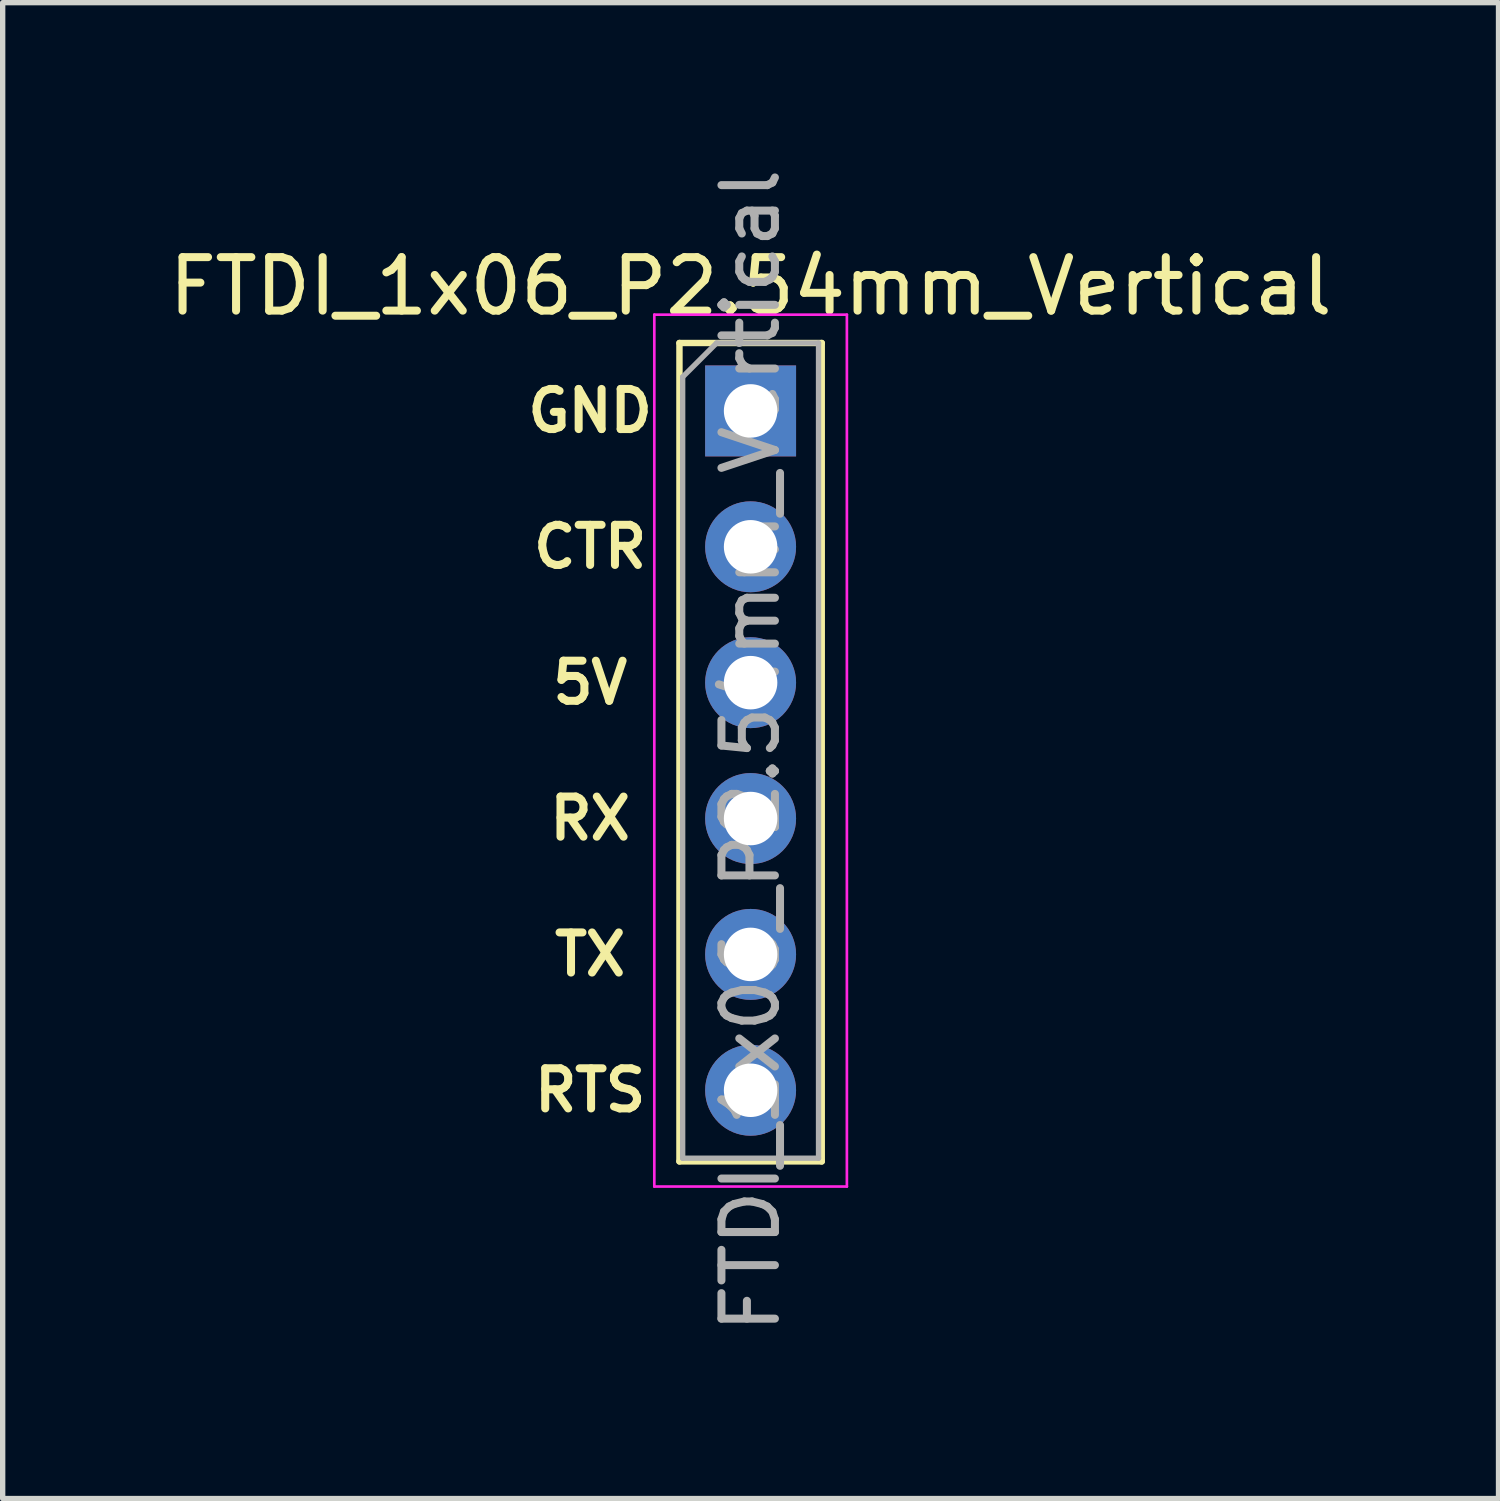
<source format=kicad_pcb>
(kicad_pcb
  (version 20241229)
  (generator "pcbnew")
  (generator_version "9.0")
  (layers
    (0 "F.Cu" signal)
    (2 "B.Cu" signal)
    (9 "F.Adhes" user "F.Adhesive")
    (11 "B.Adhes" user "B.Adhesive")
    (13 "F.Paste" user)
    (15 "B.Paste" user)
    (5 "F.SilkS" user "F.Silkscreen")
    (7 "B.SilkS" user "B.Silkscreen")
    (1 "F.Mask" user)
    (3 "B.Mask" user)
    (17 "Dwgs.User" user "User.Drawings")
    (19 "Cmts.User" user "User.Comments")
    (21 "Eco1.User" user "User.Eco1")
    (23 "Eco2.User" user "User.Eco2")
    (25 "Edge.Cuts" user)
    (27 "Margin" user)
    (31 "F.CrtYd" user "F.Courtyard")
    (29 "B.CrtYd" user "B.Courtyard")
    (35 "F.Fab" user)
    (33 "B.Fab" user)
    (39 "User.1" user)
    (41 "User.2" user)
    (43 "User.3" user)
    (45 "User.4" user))
  (footprint "FTDI_1x06_P2.54mm_Vertical"
    (layer "F.Cu")
    (at 10.982 4.632)
    (property "Reference" "FTDI_1x06_P2.54mm_Vertical" (at 0 -2.33 0) (layer "F.SilkS") (effects (font (size 1 1) (thickness 0.15))))
    (attr through_hole)
    (fp_line (start -1.33 -1.27) (end -1.33 14.03) (stroke (width 0.12) (type solid)) (layer "F.SilkS"))
    (fp_line (start -1.33 -1.27) (end 1.33 -1.27) (stroke (width 0.12) (type solid)) (layer "F.SilkS"))
    (fp_line (start -1.33 14.03) (end 1.33 14.03) (stroke (width 0.12) (type solid)) (layer "F.SilkS"))
    (fp_line (start 1.33 -1.27) (end 1.33 14.03) (stroke (width 0.12) (type solid)) (layer "F.SilkS"))
    (fp_line (start -1.8 -1.8) (end -1.8 14.5) (stroke (width 0.05) (type solid)) (layer "F.CrtYd"))
    (fp_line (start -1.8 14.5) (end 1.8 14.5) (stroke (width 0.05) (type solid)) (layer "F.CrtYd"))
    (fp_line (start 1.8 -1.8) (end -1.8 -1.8) (stroke (width 0.05) (type solid)) (layer "F.CrtYd"))
    (fp_line (start 1.8 14.5) (end 1.8 -1.8) (stroke (width 0.05) (type solid)) (layer "F.CrtYd"))
    (fp_line (start -1.27 -0.635) (end -0.635 -1.27) (stroke (width 0.1) (type solid)) (layer "F.Fab"))
    (fp_line (start -1.27 13.97) (end -1.27 -0.635) (stroke (width 0.1) (type solid)) (layer "F.Fab"))
    (fp_line (start -0.635 -1.27) (end 1.27 -1.27) (stroke (width 0.1) (type solid)) (layer "F.Fab"))
    (fp_line (start 1.27 -1.27) (end 1.27 13.97) (stroke (width 0.1) (type solid)) (layer "F.Fab"))
    (fp_line (start 1.27 13.97) (end -1.27 13.97) (stroke (width 0.1) (type solid)) (layer "F.Fab"))
    (fp_text user "RX" (at -3 7.62 0) (layer "F.SilkS") (effects (font (size 0.75 0.75) (thickness 0.15))))
    (fp_text user "CTR" (at -3 2.54 0) (layer "F.SilkS") (effects (font (size 0.75 0.75) (thickness 0.15))))
    (fp_text user "RTS" (at -3 12.7 0) (layer "F.SilkS") (effects (font (size 0.75 0.75) (thickness 0.15))))
    (fp_text user "TX" (at -3 10.16 0) (layer "F.SilkS") (effects (font (size 0.75 0.75) (thickness 0.15))))
    (fp_text user "GND" (at -3 0 0) (layer "F.SilkS") (effects (font (size 0.75 0.75) (thickness 0.15))))
    (fp_text user "5V" (at -3 5.08 0) (layer "F.SilkS") (effects (font (size 0.75 0.75) (thickness 0.15))))
    (fp_text user "${REFERENCE}" (at 0 6.35 90) (layer "F.Fab") (effects (font (size 1 1) (thickness 0.15))))
    (pad "1" thru_hole rect (at 0 0) (size 1.7 1.7) (drill 1) (layers "*.Cu" "*.Mask"))
    (pad "2" thru_hole oval (at 0 2.54) (size 1.7 1.7) (drill 1) (layers "*.Cu" "*.Mask"))
    (pad "3" thru_hole oval (at 0 5.08) (size 1.7 1.7) (drill 1) (layers "*.Cu" "*.Mask"))
    (pad "4" thru_hole oval (at 0 7.62) (size 1.7 1.7) (drill 1) (layers "*.Cu" "*.Mask"))
    (pad "5" thru_hole oval (at 0 10.16) (size 1.7 1.7) (drill 1) (layers "*.Cu" "*.Mask"))
    (pad "6" thru_hole oval (at 0 12.7) (size 1.7 1.7) (drill 1) (layers "*.Cu" "*.Mask")))
  (gr_rect
    (start -3 -3)
    (end 24.964 24.964)
    (stroke (width 0.1) (type default))
    (fill no)
    (layer "Edge.Cuts")))
</source>
